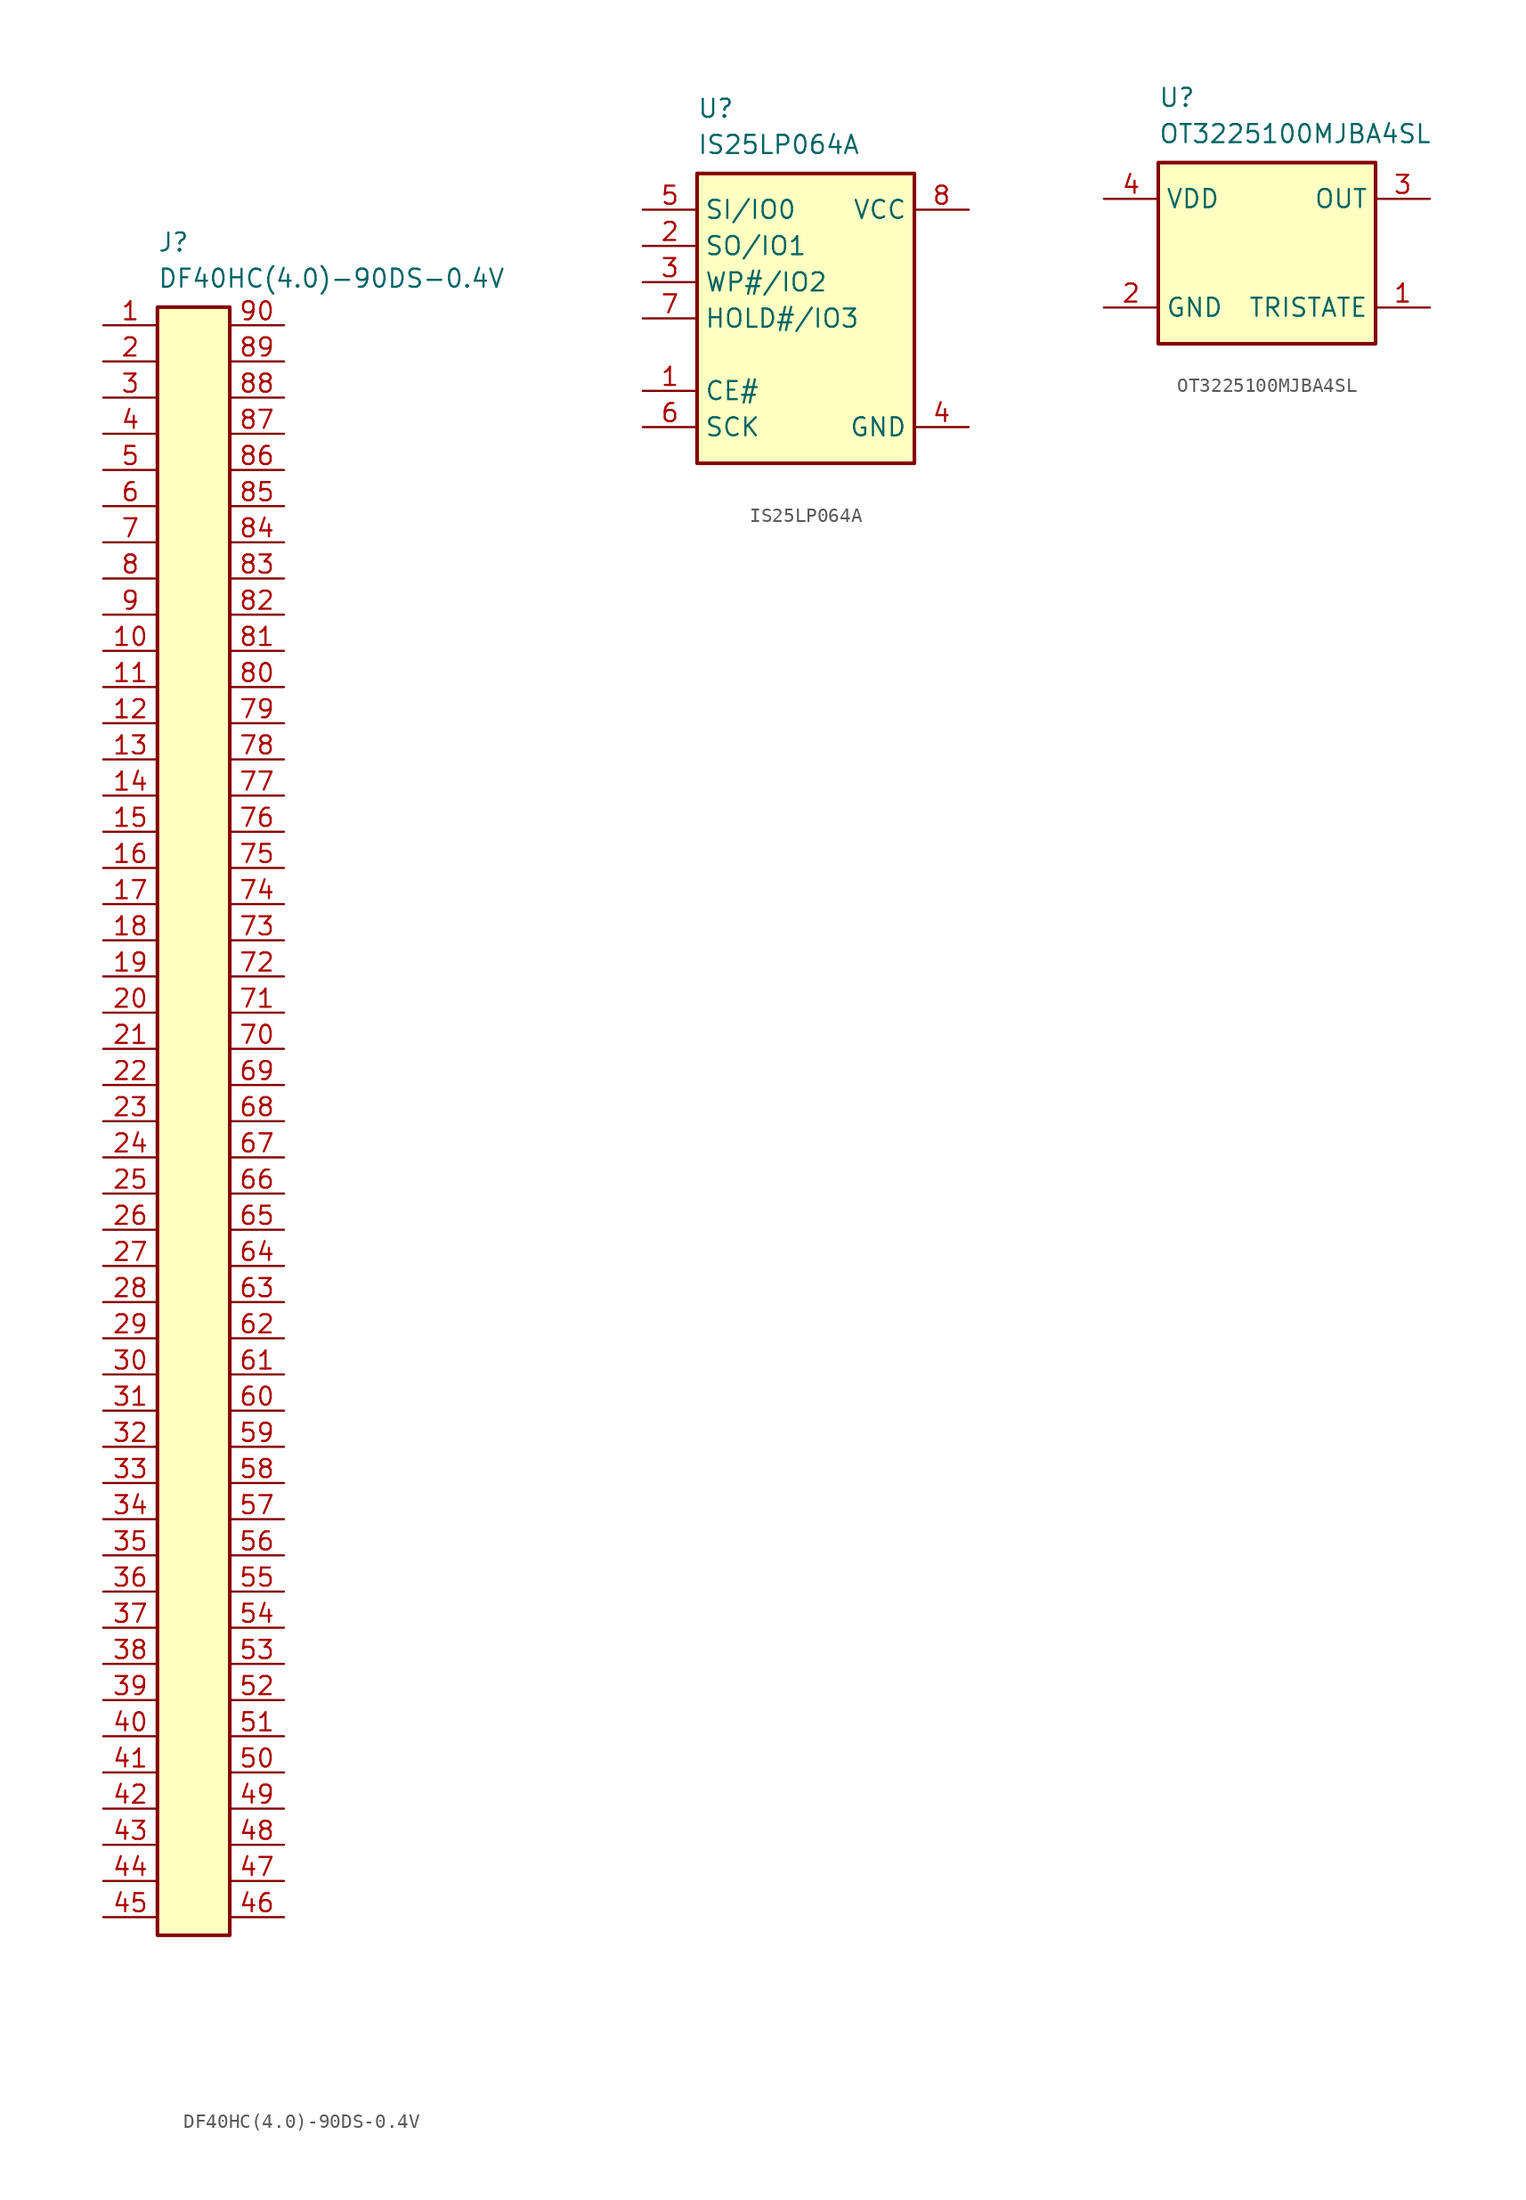
<source format=kicad_sym>
(kicad_symbol_lib
  (version 20241209)
  (generator "kicad_symbol_editor")
  (generator_version "9.0")
  (symbol "DF40HC(4.0)-90DS-0.4V"
    (property "Reference" "J"
      (at 0 3.81 0)
      (effects (font (size 1.27 1.27)) (justify left bottom)))
    (property "Value" "DF40HC(4.0)-90DS-0.4V"
      (at 0 1.27 0)
      (effects (font (size 1.27 1.27)) (justify left bottom)))
    (symbol "DF40HC(4.0)-90DS-0.4V_0_1"
      (rectangle (start 0 0) (end 5.08 -114.3) (stroke (width 0.254) (type default)) (fill (type background))))
    (symbol "DF40HC(4.0)-90DS-0.4V_1_1"
      (pin passive line (at -3.81 -1.27 0) (length 3.81) (name "" (effects (font (size 1.27 1.27)))) (number "1" (effects (font (size 1.27 1.27)))))
      (pin passive line (at -3.81 -3.81 0) (length 3.81) (name "" (effects (font (size 1.27 1.27)))) (number "2" (effects (font (size 1.27 1.27)))))
      (pin passive line (at -3.81 -6.35 0) (length 3.81) (name "" (effects (font (size 1.27 1.27)))) (number "3" (effects (font (size 1.27 1.27)))))
      (pin passive line (at -3.81 -8.89 0) (length 3.81) (name "" (effects (font (size 1.27 1.27)))) (number "4" (effects (font (size 1.27 1.27)))))
      (pin passive line (at -3.81 -11.43 0) (length 3.81) (name "" (effects (font (size 1.27 1.27)))) (number "5" (effects (font (size 1.27 1.27)))))
      (pin passive line (at -3.81 -13.97 0) (length 3.81) (name "" (effects (font (size 1.27 1.27)))) (number "6" (effects (font (size 1.27 1.27)))))
      (pin passive line (at -3.81 -16.51 0) (length 3.81) (name "" (effects (font (size 1.27 1.27)))) (number "7" (effects (font (size 1.27 1.27)))))
      (pin passive line (at -3.81 -19.05 0) (length 3.81) (name "" (effects (font (size 1.27 1.27)))) (number "8" (effects (font (size 1.27 1.27)))))
      (pin passive line (at -3.81 -21.59 0) (length 3.81) (name "" (effects (font (size 1.27 1.27)))) (number "9" (effects (font (size 1.27 1.27)))))
      (pin passive line (at -3.81 -24.13 0) (length 3.81) (name "" (effects (font (size 1.27 1.27)))) (number "10" (effects (font (size 1.27 1.27)))))
      (pin passive line (at -3.81 -26.67 0) (length 3.81) (name "" (effects (font (size 1.27 1.27)))) (number "11" (effects (font (size 1.27 1.27)))))
      (pin passive line (at -3.81 -29.21 0) (length 3.81) (name "" (effects (font (size 1.27 1.27)))) (number "12" (effects (font (size 1.27 1.27)))))
      (pin passive line (at -3.81 -31.75 0) (length 3.81) (name "" (effects (font (size 1.27 1.27)))) (number "13" (effects (font (size 1.27 1.27)))))
      (pin passive line (at -3.81 -34.29 0) (length 3.81) (name "" (effects (font (size 1.27 1.27)))) (number "14" (effects (font (size 1.27 1.27)))))
      (pin passive line (at -3.81 -36.83 0) (length 3.81) (name "" (effects (font (size 1.27 1.27)))) (number "15" (effects (font (size 1.27 1.27)))))
      (pin passive line (at -3.81 -39.37 0) (length 3.81) (name "" (effects (font (size 1.27 1.27)))) (number "16" (effects (font (size 1.27 1.27)))))
      (pin passive line (at -3.81 -41.91 0) (length 3.81) (name "" (effects (font (size 1.27 1.27)))) (number "17" (effects (font (size 1.27 1.27)))))
      (pin passive line (at -3.81 -44.45 0) (length 3.81) (name "" (effects (font (size 1.27 1.27)))) (number "18" (effects (font (size 1.27 1.27)))))
      (pin passive line (at -3.81 -46.99 0) (length 3.81) (name "" (effects (font (size 1.27 1.27)))) (number "19" (effects (font (size 1.27 1.27)))))
      (pin passive line (at -3.81 -49.53 0) (length 3.81) (name "" (effects (font (size 1.27 1.27)))) (number "20" (effects (font (size 1.27 1.27)))))
      (pin passive line (at -3.81 -52.07 0) (length 3.81) (name "" (effects (font (size 1.27 1.27)))) (number "21" (effects (font (size 1.27 1.27)))))
      (pin passive line (at -3.81 -54.61 0) (length 3.81) (name "" (effects (font (size 1.27 1.27)))) (number "22" (effects (font (size 1.27 1.27)))))
      (pin passive line (at -3.81 -57.15 0) (length 3.81) (name "" (effects (font (size 1.27 1.27)))) (number "23" (effects (font (size 1.27 1.27)))))
      (pin passive line (at -3.81 -59.69 0) (length 3.81) (name "" (effects (font (size 1.27 1.27)))) (number "24" (effects (font (size 1.27 1.27)))))
      (pin passive line (at -3.81 -62.23 0) (length 3.81) (name "" (effects (font (size 1.27 1.27)))) (number "25" (effects (font (size 1.27 1.27)))))
      (pin passive line (at -3.81 -64.77 0) (length 3.81) (name "" (effects (font (size 1.27 1.27)))) (number "26" (effects (font (size 1.27 1.27)))))
      (pin passive line (at -3.81 -67.31 0) (length 3.81) (name "" (effects (font (size 1.27 1.27)))) (number "27" (effects (font (size 1.27 1.27)))))
      (pin passive line (at -3.81 -69.85 0) (length 3.81) (name "" (effects (font (size 1.27 1.27)))) (number "28" (effects (font (size 1.27 1.27)))))
      (pin passive line (at -3.81 -72.39 0) (length 3.81) (name "" (effects (font (size 1.27 1.27)))) (number "29" (effects (font (size 1.27 1.27)))))
      (pin passive line (at -3.81 -74.93 0) (length 3.81) (name "" (effects (font (size 1.27 1.27)))) (number "30" (effects (font (size 1.27 1.27)))))
      (pin passive line (at -3.81 -77.47 0) (length 3.81) (name "" (effects (font (size 1.27 1.27)))) (number "31" (effects (font (size 1.27 1.27)))))
      (pin passive line (at -3.81 -80.01 0) (length 3.81) (name "" (effects (font (size 1.27 1.27)))) (number "32" (effects (font (size 1.27 1.27)))))
      (pin passive line (at -3.81 -82.55 0) (length 3.81) (name "" (effects (font (size 1.27 1.27)))) (number "33" (effects (font (size 1.27 1.27)))))
      (pin passive line (at -3.81 -85.09 0) (length 3.81) (name "" (effects (font (size 1.27 1.27)))) (number "34" (effects (font (size 1.27 1.27)))))
      (pin passive line (at -3.81 -87.63 0) (length 3.81) (name "" (effects (font (size 1.27 1.27)))) (number "35" (effects (font (size 1.27 1.27)))))
      (pin passive line (at -3.81 -90.17 0) (length 3.81) (name "" (effects (font (size 1.27 1.27)))) (number "36" (effects (font (size 1.27 1.27)))))
      (pin passive line (at -3.81 -92.71 0) (length 3.81) (name "" (effects (font (size 1.27 1.27)))) (number "37" (effects (font (size 1.27 1.27)))))
      (pin passive line (at -3.81 -95.25 0) (length 3.81) (name "" (effects (font (size 1.27 1.27)))) (number "38" (effects (font (size 1.27 1.27)))))
      (pin passive line (at -3.81 -97.79 0) (length 3.81) (name "" (effects (font (size 1.27 1.27)))) (number "39" (effects (font (size 1.27 1.27)))))
      (pin passive line (at -3.81 -100.33 0) (length 3.81) (name "" (effects (font (size 1.27 1.27)))) (number "40" (effects (font (size 1.27 1.27)))))
      (pin passive line (at -3.81 -102.87 0) (length 3.81) (name "" (effects (font (size 1.27 1.27)))) (number "41" (effects (font (size 1.27 1.27)))))
      (pin passive line (at -3.81 -105.41 0) (length 3.81) (name "" (effects (font (size 1.27 1.27)))) (number "42" (effects (font (size 1.27 1.27)))))
      (pin passive line (at -3.81 -107.95 0) (length 3.81) (name "" (effects (font (size 1.27 1.27)))) (number "43" (effects (font (size 1.27 1.27)))))
      (pin passive line (at -3.81 -110.49 0) (length 3.81) (name "" (effects (font (size 1.27 1.27)))) (number "44" (effects (font (size 1.27 1.27)))))
      (pin passive line (at -3.81 -113.03 0) (length 3.81) (name "" (effects (font (size 1.27 1.27)))) (number "45" (effects (font (size 1.27 1.27)))))
      (pin passive line (at 8.89 -1.27 180) (length 3.81) (name "" (effects (font (size 1.27 1.27)))) (number "90" (effects (font (size 1.27 1.27)))))
      (pin passive line (at 8.89 -3.81 180) (length 3.81) (name "" (effects (font (size 1.27 1.27)))) (number "89" (effects (font (size 1.27 1.27)))))
      (pin passive line (at 8.89 -6.35 180) (length 3.81) (name "" (effects (font (size 1.27 1.27)))) (number "88" (effects (font (size 1.27 1.27)))))
      (pin passive line (at 8.89 -8.89 180) (length 3.81) (name "" (effects (font (size 1.27 1.27)))) (number "87" (effects (font (size 1.27 1.27)))))
      (pin passive line (at 8.89 -11.43 180) (length 3.81) (name "" (effects (font (size 1.27 1.27)))) (number "86" (effects (font (size 1.27 1.27)))))
      (pin passive line (at 8.89 -13.97 180) (length 3.81) (name "" (effects (font (size 1.27 1.27)))) (number "85" (effects (font (size 1.27 1.27)))))
      (pin passive line (at 8.89 -16.51 180) (length 3.81) (name "" (effects (font (size 1.27 1.27)))) (number "84" (effects (font (size 1.27 1.27)))))
      (pin passive line (at 8.89 -19.05 180) (length 3.81) (name "" (effects (font (size 1.27 1.27)))) (number "83" (effects (font (size 1.27 1.27)))))
      (pin passive line (at 8.89 -21.59 180) (length 3.81) (name "" (effects (font (size 1.27 1.27)))) (number "82" (effects (font (size 1.27 1.27)))))
      (pin passive line (at 8.89 -24.13 180) (length 3.81) (name "" (effects (font (size 1.27 1.27)))) (number "81" (effects (font (size 1.27 1.27)))))
      (pin passive line (at 8.89 -26.67 180) (length 3.81) (name "" (effects (font (size 1.27 1.27)))) (number "80" (effects (font (size 1.27 1.27)))))
      (pin passive line (at 8.89 -29.21 180) (length 3.81) (name "" (effects (font (size 1.27 1.27)))) (number "79" (effects (font (size 1.27 1.27)))))
      (pin passive line (at 8.89 -31.75 180) (length 3.81) (name "" (effects (font (size 1.27 1.27)))) (number "78" (effects (font (size 1.27 1.27)))))
      (pin passive line (at 8.89 -34.29 180) (length 3.81) (name "" (effects (font (size 1.27 1.27)))) (number "77" (effects (font (size 1.27 1.27)))))
      (pin passive line (at 8.89 -36.83 180) (length 3.81) (name "" (effects (font (size 1.27 1.27)))) (number "76" (effects (font (size 1.27 1.27)))))
      (pin passive line (at 8.89 -39.37 180) (length 3.81) (name "" (effects (font (size 1.27 1.27)))) (number "75" (effects (font (size 1.27 1.27)))))
      (pin passive line (at 8.89 -41.91 180) (length 3.81) (name "" (effects (font (size 1.27 1.27)))) (number "74" (effects (font (size 1.27 1.27)))))
      (pin passive line (at 8.89 -44.45 180) (length 3.81) (name "" (effects (font (size 1.27 1.27)))) (number "73" (effects (font (size 1.27 1.27)))))
      (pin passive line (at 8.89 -46.99 180) (length 3.81) (name "" (effects (font (size 1.27 1.27)))) (number "72" (effects (font (size 1.27 1.27)))))
      (pin passive line (at 8.89 -49.53 180) (length 3.81) (name "" (effects (font (size 1.27 1.27)))) (number "71" (effects (font (size 1.27 1.27)))))
      (pin passive line (at 8.89 -52.07 180) (length 3.81) (name "" (effects (font (size 1.27 1.27)))) (number "70" (effects (font (size 1.27 1.27)))))
      (pin passive line (at 8.89 -54.61 180) (length 3.81) (name "" (effects (font (size 1.27 1.27)))) (number "69" (effects (font (size 1.27 1.27)))))
      (pin passive line (at 8.89 -57.15 180) (length 3.81) (name "" (effects (font (size 1.27 1.27)))) (number "68" (effects (font (size 1.27 1.27)))))
      (pin passive line (at 8.89 -59.69 180) (length 3.81) (name "" (effects (font (size 1.27 1.27)))) (number "67" (effects (font (size 1.27 1.27)))))
      (pin passive line (at 8.89 -62.23 180) (length 3.81) (name "" (effects (font (size 1.27 1.27)))) (number "66" (effects (font (size 1.27 1.27)))))
      (pin passive line (at 8.89 -64.77 180) (length 3.81) (name "" (effects (font (size 1.27 1.27)))) (number "65" (effects (font (size 1.27 1.27)))))
      (pin passive line (at 8.89 -67.31 180) (length 3.81) (name "" (effects (font (size 1.27 1.27)))) (number "64" (effects (font (size 1.27 1.27)))))
      (pin passive line (at 8.89 -69.85 180) (length 3.81) (name "" (effects (font (size 1.27 1.27)))) (number "63" (effects (font (size 1.27 1.27)))))
      (pin passive line (at 8.89 -72.39 180) (length 3.81) (name "" (effects (font (size 1.27 1.27)))) (number "62" (effects (font (size 1.27 1.27)))))
      (pin passive line (at 8.89 -74.93 180) (length 3.81) (name "" (effects (font (size 1.27 1.27)))) (number "61" (effects (font (size 1.27 1.27)))))
      (pin passive line (at 8.89 -77.47 180) (length 3.81) (name "" (effects (font (size 1.27 1.27)))) (number "60" (effects (font (size 1.27 1.27)))))
      (pin passive line (at 8.89 -80.01 180) (length 3.81) (name "" (effects (font (size 1.27 1.27)))) (number "59" (effects (font (size 1.27 1.27)))))
      (pin passive line (at 8.89 -82.55 180) (length 3.81) (name "" (effects (font (size 1.27 1.27)))) (number "58" (effects (font (size 1.27 1.27)))))
      (pin passive line (at 8.89 -85.09 180) (length 3.81) (name "" (effects (font (size 1.27 1.27)))) (number "57" (effects (font (size 1.27 1.27)))))
      (pin passive line (at 8.89 -87.63 180) (length 3.81) (name "" (effects (font (size 1.27 1.27)))) (number "56" (effects (font (size 1.27 1.27)))))
      (pin passive line (at 8.89 -90.17 180) (length 3.81) (name "" (effects (font (size 1.27 1.27)))) (number "55" (effects (font (size 1.27 1.27)))))
      (pin passive line (at 8.89 -92.71 180) (length 3.81) (name "" (effects (font (size 1.27 1.27)))) (number "54" (effects (font (size 1.27 1.27)))))
      (pin passive line (at 8.89 -95.25 180) (length 3.81) (name "" (effects (font (size 1.27 1.27)))) (number "53" (effects (font (size 1.27 1.27)))))
      (pin passive line (at 8.89 -97.79 180) (length 3.81) (name "" (effects (font (size 1.27 1.27)))) (number "52" (effects (font (size 1.27 1.27)))))
      (pin passive line (at 8.89 -100.33 180) (length 3.81) (name "" (effects (font (size 1.27 1.27)))) (number "51" (effects (font (size 1.27 1.27)))))
      (pin passive line (at 8.89 -102.87 180) (length 3.81) (name "" (effects (font (size 1.27 1.27)))) (number "50" (effects (font (size 1.27 1.27)))))
      (pin passive line (at 8.89 -105.41 180) (length 3.81) (name "" (effects (font (size 1.27 1.27)))) (number "49" (effects (font (size 1.27 1.27)))))
      (pin passive line (at 8.89 -107.95 180) (length 3.81) (name "" (effects (font (size 1.27 1.27)))) (number "48" (effects (font (size 1.27 1.27)))))
      (pin passive line (at 8.89 -110.49 180) (length 3.81) (name "" (effects (font (size 1.27 1.27)))) (number "47" (effects (font (size 1.27 1.27)))))
      (pin passive line (at 8.89 -113.03 180) (length 3.81) (name "" (effects (font (size 1.27 1.27)))) (number "46" (effects (font (size 1.27 1.27)))))))
  (symbol "IS25LP064A"
    (property "Reference" "U"
      (at 0 3.81 0)
      (effects (font (size 1.27 1.27)) (justify left bottom)))
    (property "Value" "IS25LP064A"
      (at 0 1.27 0)
      (effects (font (size 1.27 1.27)) (justify left bottom)))
    (symbol "IS25LP064A_0_1"
      (rectangle (start 0 0) (end 15.24 -20.32) (stroke (width 0.254) (type default)) (fill (type background))))
    (symbol "IS25LP064A_1_1"
      (pin bidirectional line (at -3.81 -2.54 0) (length 3.81) (name "SI/IO0" (effects (font (size 1.27 1.27)))) (number "5" (effects (font (size 1.27 1.27)))))
      (pin bidirectional line (at -3.81 -5.08 0) (length 3.81) (name "SO/IO1" (effects (font (size 1.27 1.27)))) (number "2" (effects (font (size 1.27 1.27)))))
      (pin bidirectional line (at -3.81 -7.62 0) (length 3.81) (name "WP#/IO2" (effects (font (size 1.27 1.27)))) (number "3" (effects (font (size 1.27 1.27)))))
      (pin bidirectional line (at -3.81 -10.16 0) (length 3.81) (name "HOLD#/IO3" (effects (font (size 1.27 1.27)))) (number "7" (effects (font (size 1.27 1.27)))))
      (pin input line (at -3.81 -15.24 0) (length 3.81) (name "CE#" (effects (font (size 1.27 1.27)))) (number "1" (effects (font (size 1.27 1.27)))))
      (pin input line (at -3.81 -17.78 0) (length 3.81) (name "SCK" (effects (font (size 1.27 1.27)))) (number "6" (effects (font (size 1.27 1.27)))))
      (pin power_in line (at 19.05 -2.54 180) (length 3.81) (name "VCC" (effects (font (size 1.27 1.27)))) (number "8" (effects (font (size 1.27 1.27)))))
      (pin power_in line (at 19.05 -17.78 180) (length 3.81) (name "GND" (effects (font (size 1.27 1.27)))) (number "4" (effects (font (size 1.27 1.27)))))))
  (symbol "OT3225100MJBA4SL"
    (property "Reference" "U"
      (at 0 3.81 0)
      (effects (font (size 1.27 1.27)) (justify left bottom)))
    (property "Value" "OT3225100MJBA4SL"
      (at 0 1.27 0)
      (effects (font (size 1.27 1.27)) (justify left bottom)))
    (symbol "OT3225100MJBA4SL_0_1"
      (rectangle (start 0 0) (end 15.24 -12.7) (stroke (width 0.254) (type default)) (fill (type background))))
    (symbol "OT3225100MJBA4SL_1_1"
      (pin power_in line (at -3.81 -2.54 0) (length 3.81) (name "VDD" (effects (font (size 1.27 1.27)))) (number "4" (effects (font (size 1.27 1.27)))))
      (pin passive line (at -3.81 -10.16 0) (length 3.81) (name "GND" (effects (font (size 1.27 1.27)))) (number "2" (effects (font (size 1.27 1.27)))))
      (pin output line (at 19.05 -2.54 180) (length 3.81) (name "OUT" (effects (font (size 1.27 1.27)))) (number "3" (effects (font (size 1.27 1.27)))))
      (pin input line (at 19.05 -10.16 180) (length 3.81) (name "TRISTATE" (effects (font (size 1.27 1.27)))) (number "1" (effects (font (size 1.27 1.27))))))))
</source>
